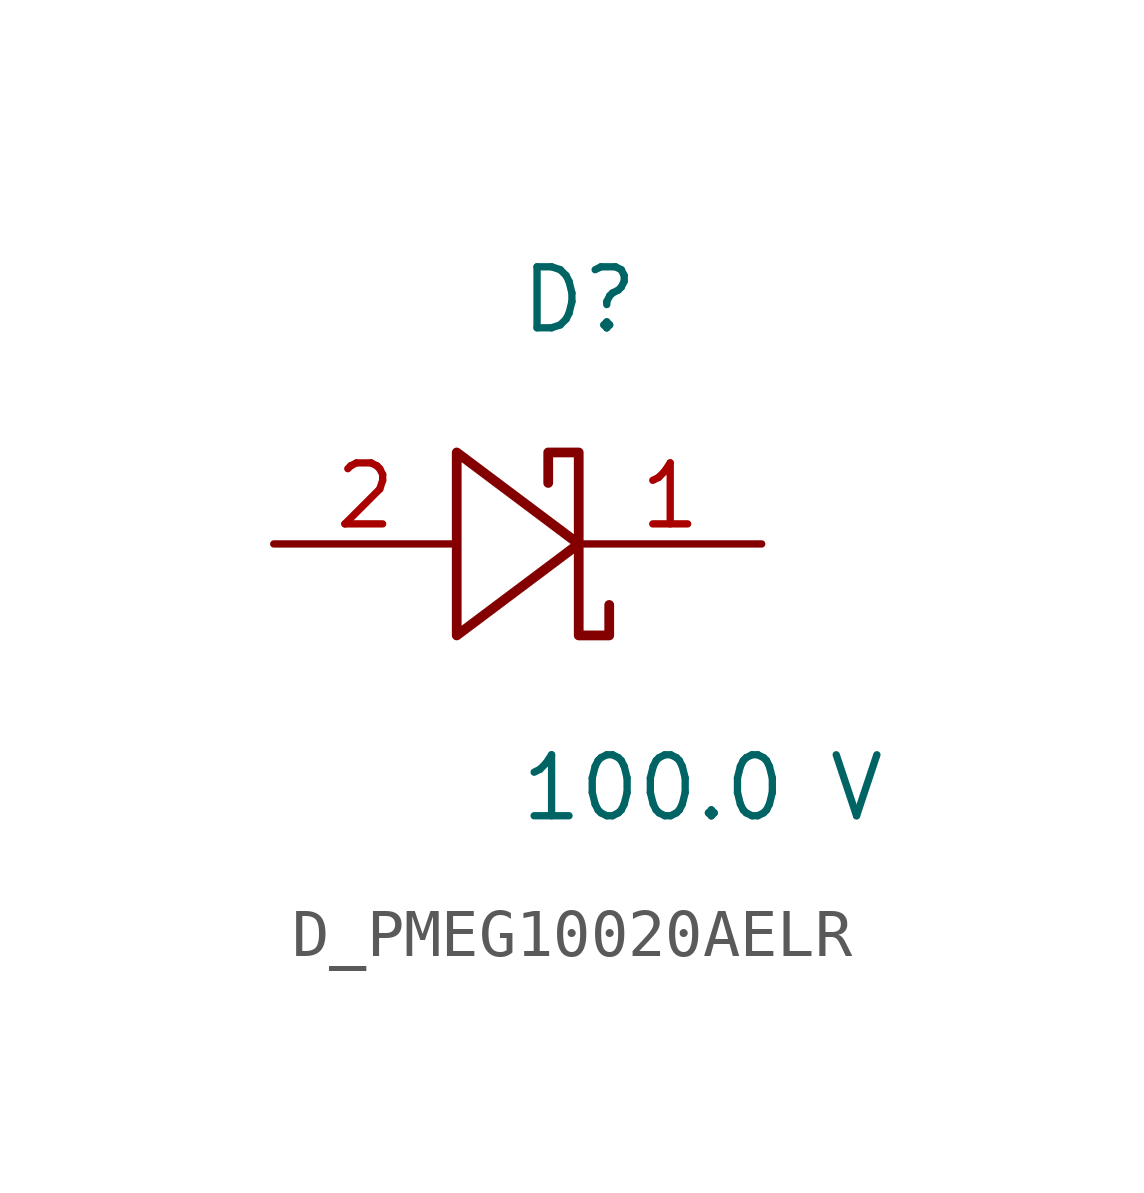
<source format=kicad_sym>
(kicad_symbol_lib
  (version 20231120)
  (generator kicad_symbol_editor)
  (generator_version 8.0)
  (symbol "D_PMEG10020AELR"
    (pin_names
      (offset 0.254))
    (property "Reference" "D"
      (at 0.0 5.08 0)
      (effects (font (size 1.27 1.27)) (justify left)))
    (property "Value" "100.0 V"
      (at 0.0 -5.08 0)
      (effects (font (size 1.27 1.27)) (justify left)))
    (symbol "D_PMEG10020AELR_1_0"
      (polyline (pts (xy 0.635 1.27) (xy 0.635 1.905) (xy 1.27 1.905) (xy 1.27 0) (xy -1.27 1.905) (xy -1.27 -1.905) (xy 1.27 0) (xy 1.27 -1.905) (xy 1.905 -1.905) (xy 1.905 -1.27)) (stroke (width 0.203) (type default)) (fill (type none)))
      (pin unspecified line (at 5.08 0 180) (length 3.81) (name "" (effects (font (size 1.27 1.27)))) (number "1" (effects (font (size 1.27 1.27)))))
      (pin unspecified line (at -5.08 0 0) (length 3.81) (name "" (effects (font (size 1.27 1.27)))) (number "2" (effects (font (size 1.27 1.27))))))))
</source>
